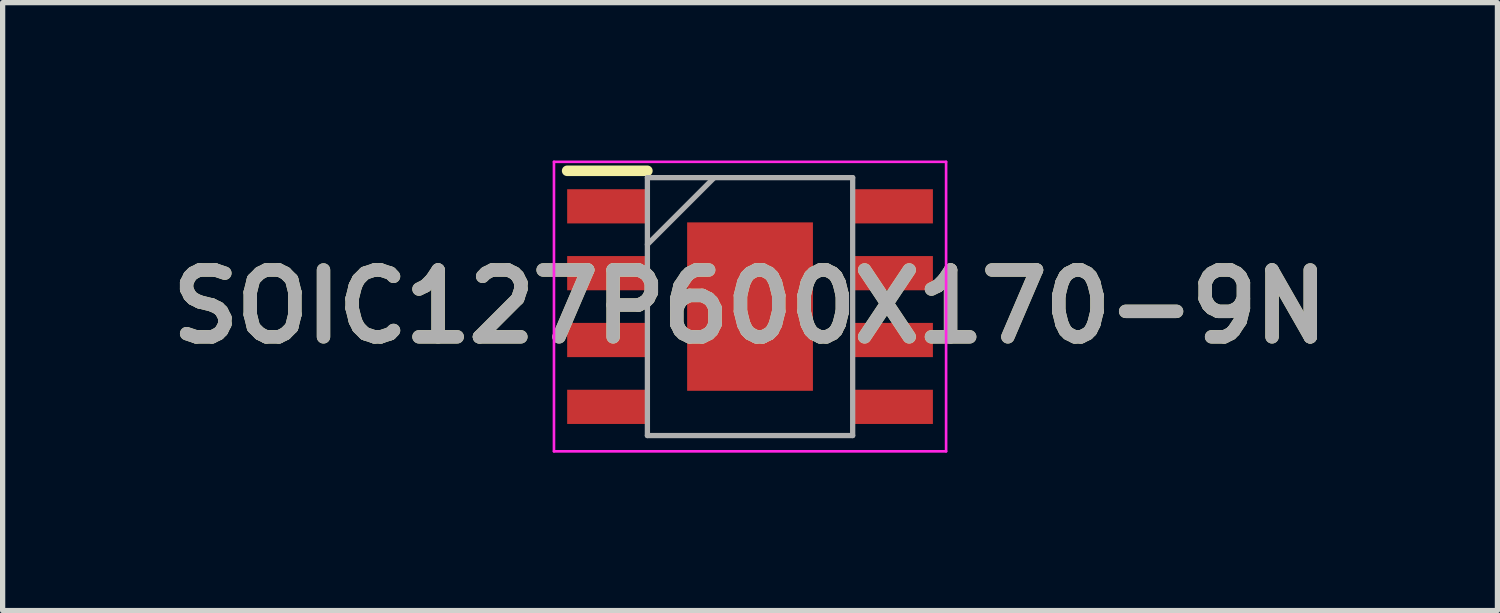
<source format=kicad_pcb>
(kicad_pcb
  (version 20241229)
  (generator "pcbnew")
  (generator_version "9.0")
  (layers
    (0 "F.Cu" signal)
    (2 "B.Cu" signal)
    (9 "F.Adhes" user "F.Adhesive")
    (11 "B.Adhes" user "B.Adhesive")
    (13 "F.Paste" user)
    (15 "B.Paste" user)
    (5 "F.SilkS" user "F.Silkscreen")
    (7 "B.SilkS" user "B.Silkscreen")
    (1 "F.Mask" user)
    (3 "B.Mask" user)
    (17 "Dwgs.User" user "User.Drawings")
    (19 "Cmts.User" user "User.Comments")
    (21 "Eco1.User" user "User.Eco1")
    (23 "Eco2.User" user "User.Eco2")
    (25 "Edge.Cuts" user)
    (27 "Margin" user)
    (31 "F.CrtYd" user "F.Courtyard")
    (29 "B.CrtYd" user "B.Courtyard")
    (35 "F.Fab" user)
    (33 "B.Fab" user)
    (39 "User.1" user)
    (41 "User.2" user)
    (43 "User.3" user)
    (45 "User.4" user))
  (footprint "SOIC127P600X170-9N"
    (layer "F.Cu")
    (at 11.2 2.775)
    (property "Reference" "SOIC127P600X170-9N" (at 0 0 0) (layer "F.SilkS") (effects (font (size 1.27 1.27) (thickness 0.254))))
    (attr smd)
    (fp_line (start -3.475 -2.58) (end -1.95 -2.58) (stroke (width 0.2) (type solid)) (layer "F.SilkS"))
    (fp_line (start -3.725 -2.75) (end 3.725 -2.75) (stroke (width 0.05) (type solid)) (layer "F.CrtYd"))
    (fp_line (start -3.725 2.75) (end -3.725 -2.75) (stroke (width 0.05) (type solid)) (layer "F.CrtYd"))
    (fp_line (start 3.725 -2.75) (end 3.725 2.75) (stroke (width 0.05) (type solid)) (layer "F.CrtYd"))
    (fp_line (start 3.725 2.75) (end -3.725 2.75) (stroke (width 0.05) (type solid)) (layer "F.CrtYd"))
    (fp_line (start -1.95 -2.45) (end 1.95 -2.45) (stroke (width 0.1) (type solid)) (layer "F.Fab"))
    (fp_line (start -1.95 -1.18) (end -0.68 -2.45) (stroke (width 0.1) (type solid)) (layer "F.Fab"))
    (fp_line (start -1.95 2.45) (end -1.95 -2.45) (stroke (width 0.1) (type solid)) (layer "F.Fab"))
    (fp_line (start 1.95 -2.45) (end 1.95 2.45) (stroke (width 0.1) (type solid)) (layer "F.Fab"))
    (fp_line (start 1.95 2.45) (end -1.95 2.45) (stroke (width 0.1) (type solid)) (layer "F.Fab"))
    (fp_text user "${REFERENCE}" (at 0 0 0) (layer "F.Fab") (effects (font (size 1.27 1.27) (thickness 0.254))))
    (pad "1" smd rect (at -2.712 -1.905 90) (size 0.65 1.525) (layers "F.Cu" "F.Mask" "F.Paste"))
    (pad "2" smd rect (at -2.712 -0.635 90) (size 0.65 1.525) (layers "F.Cu" "F.Mask" "F.Paste"))
    (pad "3" smd rect (at -2.712 0.635 90) (size 0.65 1.525) (layers "F.Cu" "F.Mask" "F.Paste"))
    (pad "4" smd rect (at -2.712 1.905 90) (size 0.65 1.525) (layers "F.Cu" "F.Mask" "F.Paste"))
    (pad "5" smd rect (at 2.712 1.905 90) (size 0.65 1.525) (layers "F.Cu" "F.Mask" "F.Paste"))
    (pad "6" smd rect (at 2.712 0.635 90) (size 0.65 1.525) (layers "F.Cu" "F.Mask" "F.Paste"))
    (pad "7" smd rect (at 2.712 -0.635 90) (size 0.65 1.525) (layers "F.Cu" "F.Mask" "F.Paste"))
    (pad "8" smd rect (at 2.712 -1.905 90) (size 0.65 1.525) (layers "F.Cu" "F.Mask" "F.Paste"))
    (pad "9" smd rect (at 0 0) (size 2.39 3.2) (layers "F.Cu" "F.Mask" "F.Paste")))
  (gr_rect
    (start -3 -3)
    (end 25.4 8.55)
    (stroke (width 0.1) (type default))
    (fill no)
    (layer "Edge.Cuts")))
</source>
